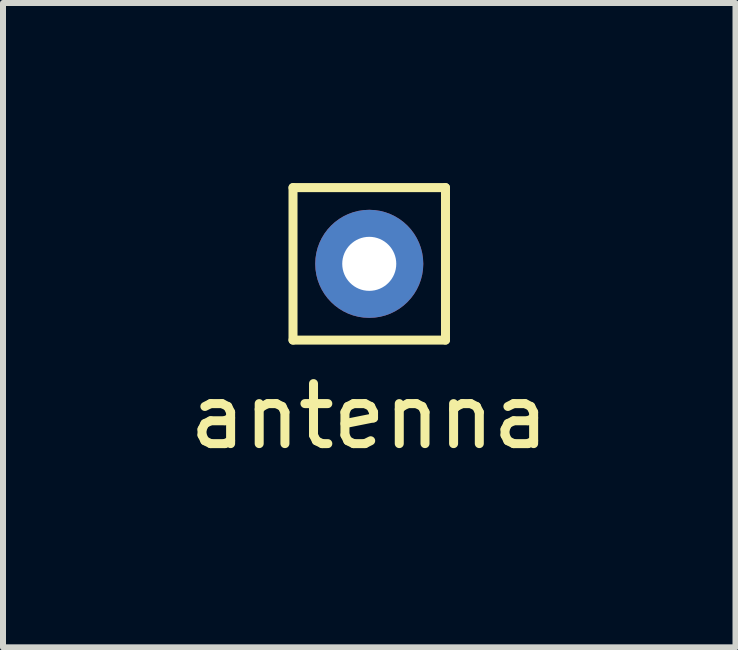
<source format=kicad_pcb>
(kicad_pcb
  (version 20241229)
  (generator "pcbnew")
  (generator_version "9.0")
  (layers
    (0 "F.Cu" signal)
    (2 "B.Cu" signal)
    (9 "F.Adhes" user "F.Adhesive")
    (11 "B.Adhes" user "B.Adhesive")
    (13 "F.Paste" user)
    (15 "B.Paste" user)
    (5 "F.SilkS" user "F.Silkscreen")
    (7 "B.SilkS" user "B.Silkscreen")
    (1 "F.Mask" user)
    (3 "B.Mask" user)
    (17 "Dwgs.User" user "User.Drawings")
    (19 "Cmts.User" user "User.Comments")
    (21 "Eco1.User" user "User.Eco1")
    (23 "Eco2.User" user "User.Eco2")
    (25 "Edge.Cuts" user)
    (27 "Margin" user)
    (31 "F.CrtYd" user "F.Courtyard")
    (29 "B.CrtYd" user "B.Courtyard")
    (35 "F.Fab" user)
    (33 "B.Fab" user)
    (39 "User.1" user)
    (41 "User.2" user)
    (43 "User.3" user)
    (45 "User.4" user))
  (footprint "antenna"
    (layer "F.Cu")
    (at 3.101 1.345)
    (property "Reference" "antenna" (at 0 2.54 0) (layer "F.SilkS") (effects (font (size 1 1) (thickness 0.15))))
    (attr through_hole)
    (fp_line (start -1.27 -1.27) (end 1.27 -1.27) (stroke (width 0.15) (type solid)) (layer "F.SilkS"))
    (fp_line (start -1.27 1.27) (end -1.27 -1.27) (stroke (width 0.15) (type solid)) (layer "F.SilkS"))
    (fp_line (start 1.27 -1.27) (end 1.27 1.27) (stroke (width 0.15) (type solid)) (layer "F.SilkS"))
    (fp_line (start 1.27 1.27) (end -1.27 1.27) (stroke (width 0.15) (type solid)) (layer "F.SilkS"))
    (pad "1" thru_hole circle (at 0 0) (size 1.8 1.8) (drill 0.9) (layers "*.Cu" "*.Mask")))
  (gr_rect
    (start -3 -3)
    (end 9.202 7.733)
    (stroke (width 0.1) (type default))
    (fill no)
    (layer "Edge.Cuts")))
</source>
